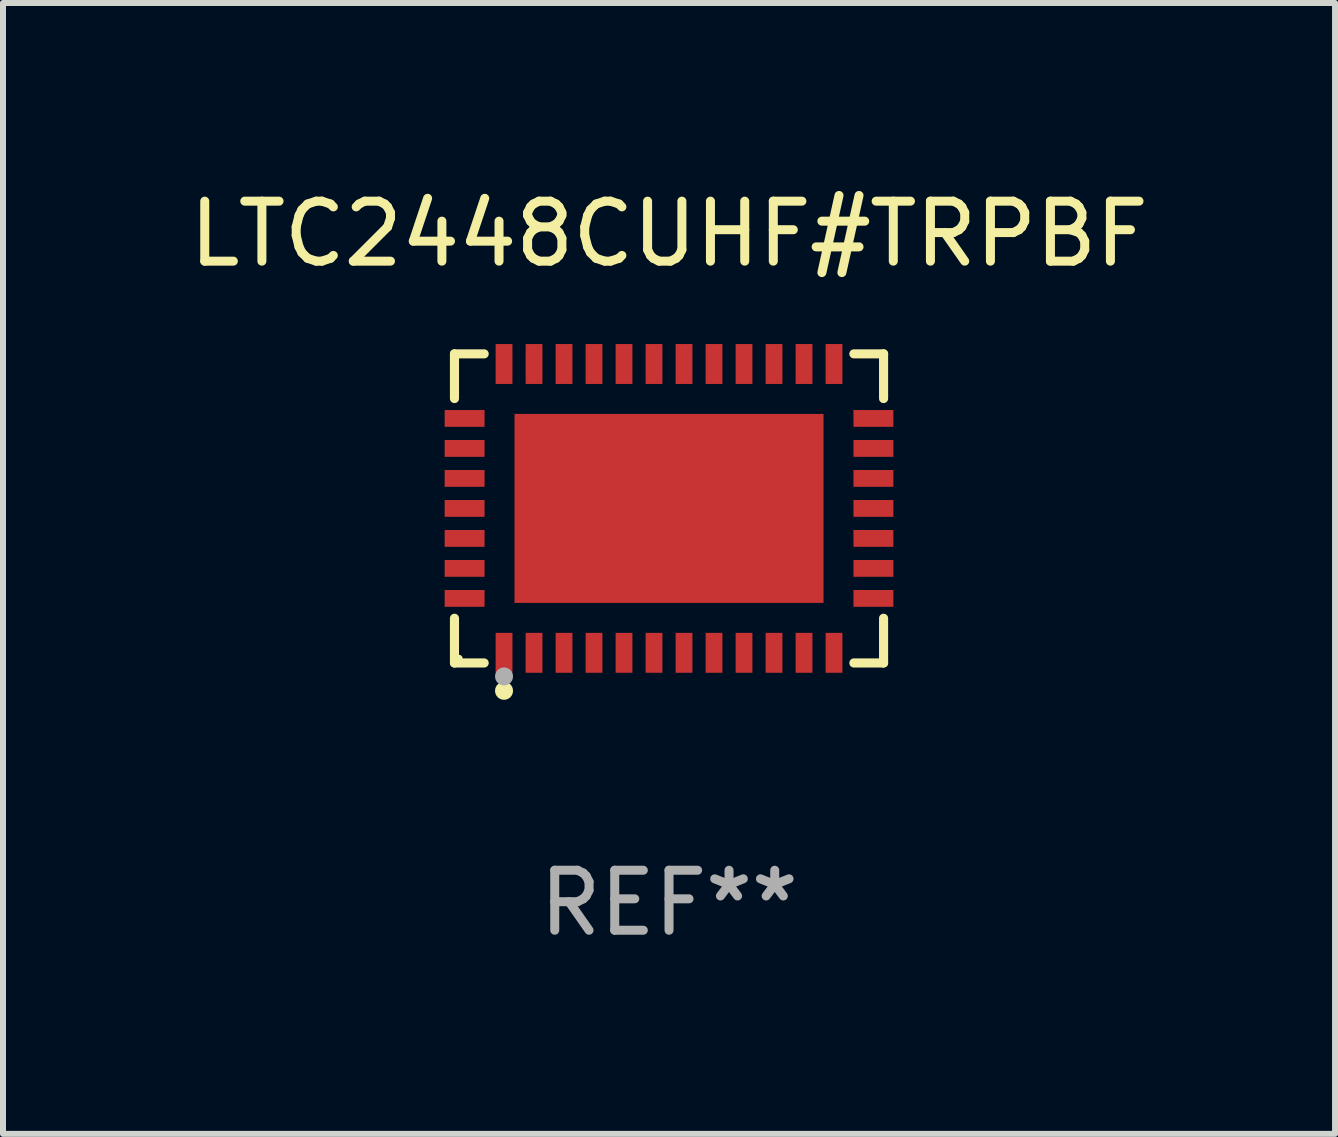
<source format=kicad_pcb>
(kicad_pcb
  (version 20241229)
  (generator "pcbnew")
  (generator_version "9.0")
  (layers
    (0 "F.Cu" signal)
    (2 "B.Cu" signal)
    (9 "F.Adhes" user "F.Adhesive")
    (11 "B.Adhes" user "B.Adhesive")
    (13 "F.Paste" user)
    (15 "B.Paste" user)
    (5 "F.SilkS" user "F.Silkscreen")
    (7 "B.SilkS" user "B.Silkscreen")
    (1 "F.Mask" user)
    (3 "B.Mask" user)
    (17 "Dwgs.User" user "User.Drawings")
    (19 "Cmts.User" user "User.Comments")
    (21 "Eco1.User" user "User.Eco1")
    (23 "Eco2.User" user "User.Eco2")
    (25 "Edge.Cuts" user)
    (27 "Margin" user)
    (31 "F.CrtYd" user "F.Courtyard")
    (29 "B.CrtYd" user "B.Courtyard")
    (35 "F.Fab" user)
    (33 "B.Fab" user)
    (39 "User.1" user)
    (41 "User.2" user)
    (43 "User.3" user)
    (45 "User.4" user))
  (footprint "LTC2448CUHF#TRPBF"
    (layer "F.Cu")
    (at 8.101 5.424)
    (property "Reference" "LTC2448CUHF#TRPBF" (at 0 -4.576 0) (layer "F.SilkS") (effects (font (size 1 1) (thickness 0.15))))
    (attr through_hole)
    (fp_line (start -3.576 -2.576) (end -3.081 -2.576) (stroke (width 0.152) (type solid)) (layer "F.SilkS"))
    (fp_line (start -3.576 -1.831) (end -3.576 -2.576) (stroke (width 0.152) (type solid)) (layer "F.SilkS"))
    (fp_line (start -3.576 1.831) (end -3.576 2.576) (stroke (width 0.152) (type solid)) (layer "F.SilkS"))
    (fp_line (start -3.576 2.576) (end -3.081 2.576) (stroke (width 0.152) (type solid)) (layer "F.SilkS"))
    (fp_line (start 3.576 -2.576) (end 3.081 -2.576) (stroke (width 0.152) (type solid)) (layer "F.SilkS"))
    (fp_line (start 3.576 -1.831) (end 3.576 -2.576) (stroke (width 0.152) (type solid)) (layer "F.SilkS"))
    (fp_line (start 3.576 1.831) (end 3.576 2.576) (stroke (width 0.152) (type solid)) (layer "F.SilkS"))
    (fp_line (start 3.576 2.576) (end 3.081 2.576) (stroke (width 0.152) (type solid)) (layer "F.SilkS"))
    (fp_circle (center -3.5 2.5) (end -3.47 2.5) (stroke (width 0.06) (type solid)) (fill no) (layer "F.SilkS"))
    (fp_circle (center -2.75 3.04) (end -2.675 3.04) (stroke (width 0.15) (type solid)) (fill no) (layer "F.SilkS"))
    (fp_circle (center -2.75 2.8) (end -2.675 2.8) (stroke (width 0.15) (type solid)) (fill no) (layer "F.Fab"))
    (fp_text user "REF**" (at 0 6.576 0) (layer "F.Fab") (effects (font (size 1 1) (thickness 0.15))))
    (pad "1" smd rect (at -2.75 2.407) (size 0.28 0.665) (layers "F.Cu" "F.Mask" "F.Paste"))
    (pad "2" smd rect (at -2.25 2.407) (size 0.28 0.665) (layers "F.Cu" "F.Mask" "F.Paste"))
    (pad "3" smd rect (at -1.75 2.407) (size 0.28 0.665) (layers "F.Cu" "F.Mask" "F.Paste"))
    (pad "4" smd rect (at -1.25 2.407) (size 0.28 0.665) (layers "F.Cu" "F.Mask" "F.Paste"))
    (pad "5" smd rect (at -0.75 2.407) (size 0.28 0.665) (layers "F.Cu" "F.Mask" "F.Paste"))
    (pad "6" smd rect (at -0.25 2.407) (size 0.28 0.665) (layers "F.Cu" "F.Mask" "F.Paste"))
    (pad "7" smd rect (at 0.25 2.407) (size 0.28 0.665) (layers "F.Cu" "F.Mask" "F.Paste"))
    (pad "8" smd rect (at 0.75 2.407) (size 0.28 0.665) (layers "F.Cu" "F.Mask" "F.Paste"))
    (pad "9" smd rect (at 1.25 2.407) (size 0.28 0.665) (layers "F.Cu" "F.Mask" "F.Paste"))
    (pad "10" smd rect (at 1.75 2.407) (size 0.28 0.665) (layers "F.Cu" "F.Mask" "F.Paste"))
    (pad "11" smd rect (at 2.25 2.407) (size 0.28 0.665) (layers "F.Cu" "F.Mask" "F.Paste"))
    (pad "12" smd rect (at 2.75 2.407) (size 0.28 0.665) (layers "F.Cu" "F.Mask" "F.Paste"))
    (pad "13" smd rect (at 3.407 1.5) (size 0.665 0.28) (layers "F.Cu" "F.Mask" "F.Paste"))
    (pad "14" smd rect (at 3.407 1) (size 0.665 0.28) (layers "F.Cu" "F.Mask" "F.Paste"))
    (pad "15" smd rect (at 3.407 0.5) (size 0.665 0.28) (layers "F.Cu" "F.Mask" "F.Paste"))
    (pad "16" smd rect (at 3.407 0) (size 0.665 0.28) (layers "F.Cu" "F.Mask" "F.Paste"))
    (pad "17" smd rect (at 3.407 -0.5) (size 0.665 0.28) (layers "F.Cu" "F.Mask" "F.Paste"))
    (pad "18" smd rect (at 3.407 -1) (size 0.665 0.28) (layers "F.Cu" "F.Mask" "F.Paste"))
    (pad "19" smd rect (at 3.407 -1.5) (size 0.665 0.28) (layers "F.Cu" "F.Mask" "F.Paste"))
    (pad "20" smd rect (at 2.75 -2.407) (size 0.28 0.665) (layers "F.Cu" "F.Mask" "F.Paste"))
    (pad "21" smd rect (at 2.25 -2.407) (size 0.28 0.665) (layers "F.Cu" "F.Mask" "F.Paste"))
    (pad "22" smd rect (at 1.75 -2.407) (size 0.28 0.665) (layers "F.Cu" "F.Mask" "F.Paste"))
    (pad "23" smd rect (at 1.25 -2.407) (size 0.28 0.665) (layers "F.Cu" "F.Mask" "F.Paste"))
    (pad "24" smd rect (at 0.75 -2.407) (size 0.28 0.665) (layers "F.Cu" "F.Mask" "F.Paste"))
    (pad "25" smd rect (at 0.25 -2.407) (size 0.28 0.665) (layers "F.Cu" "F.Mask" "F.Paste"))
    (pad "26" smd rect (at -0.25 -2.407) (size 0.28 0.665) (layers "F.Cu" "F.Mask" "F.Paste"))
    (pad "27" smd rect (at -0.75 -2.407) (size 0.28 0.665) (layers "F.Cu" "F.Mask" "F.Paste"))
    (pad "28" smd rect (at -1.25 -2.407) (size 0.28 0.665) (layers "F.Cu" "F.Mask" "F.Paste"))
    (pad "29" smd rect (at -1.75 -2.407) (size 0.28 0.665) (layers "F.Cu" "F.Mask" "F.Paste"))
    (pad "30" smd rect (at -2.25 -2.407) (size 0.28 0.665) (layers "F.Cu" "F.Mask" "F.Paste"))
    (pad "31" smd rect (at -2.75 -2.407) (size 0.28 0.665) (layers "F.Cu" "F.Mask" "F.Paste"))
    (pad "32" smd rect (at -3.407 -1.5) (size 0.665 0.28) (layers "F.Cu" "F.Mask" "F.Paste"))
    (pad "33" smd rect (at -3.407 -1) (size 0.665 0.28) (layers "F.Cu" "F.Mask" "F.Paste"))
    (pad "34" smd rect (at -3.407 -0.5) (size 0.665 0.28) (layers "F.Cu" "F.Mask" "F.Paste"))
    (pad "35" smd rect (at -3.407 0) (size 0.665 0.28) (layers "F.Cu" "F.Mask" "F.Paste"))
    (pad "36" smd rect (at -3.407 0.5) (size 0.665 0.28) (layers "F.Cu" "F.Mask" "F.Paste"))
    (pad "37" smd rect (at -3.407 1) (size 0.665 0.28) (layers "F.Cu" "F.Mask" "F.Paste"))
    (pad "38" smd rect (at -3.407 1.5) (size 0.665 0.28) (layers "F.Cu" "F.Mask" "F.Paste"))
    (pad "39" smd rect (at 0 0) (size 5.15 3.15) (layers "F.Cu" "F.Mask" "F.Paste")))
  (gr_rect
    (start -3 -3)
    (end 19.202 15.849)
    (stroke (width 0.1) (type default))
    (fill no)
    (layer "Edge.Cuts")))
</source>
